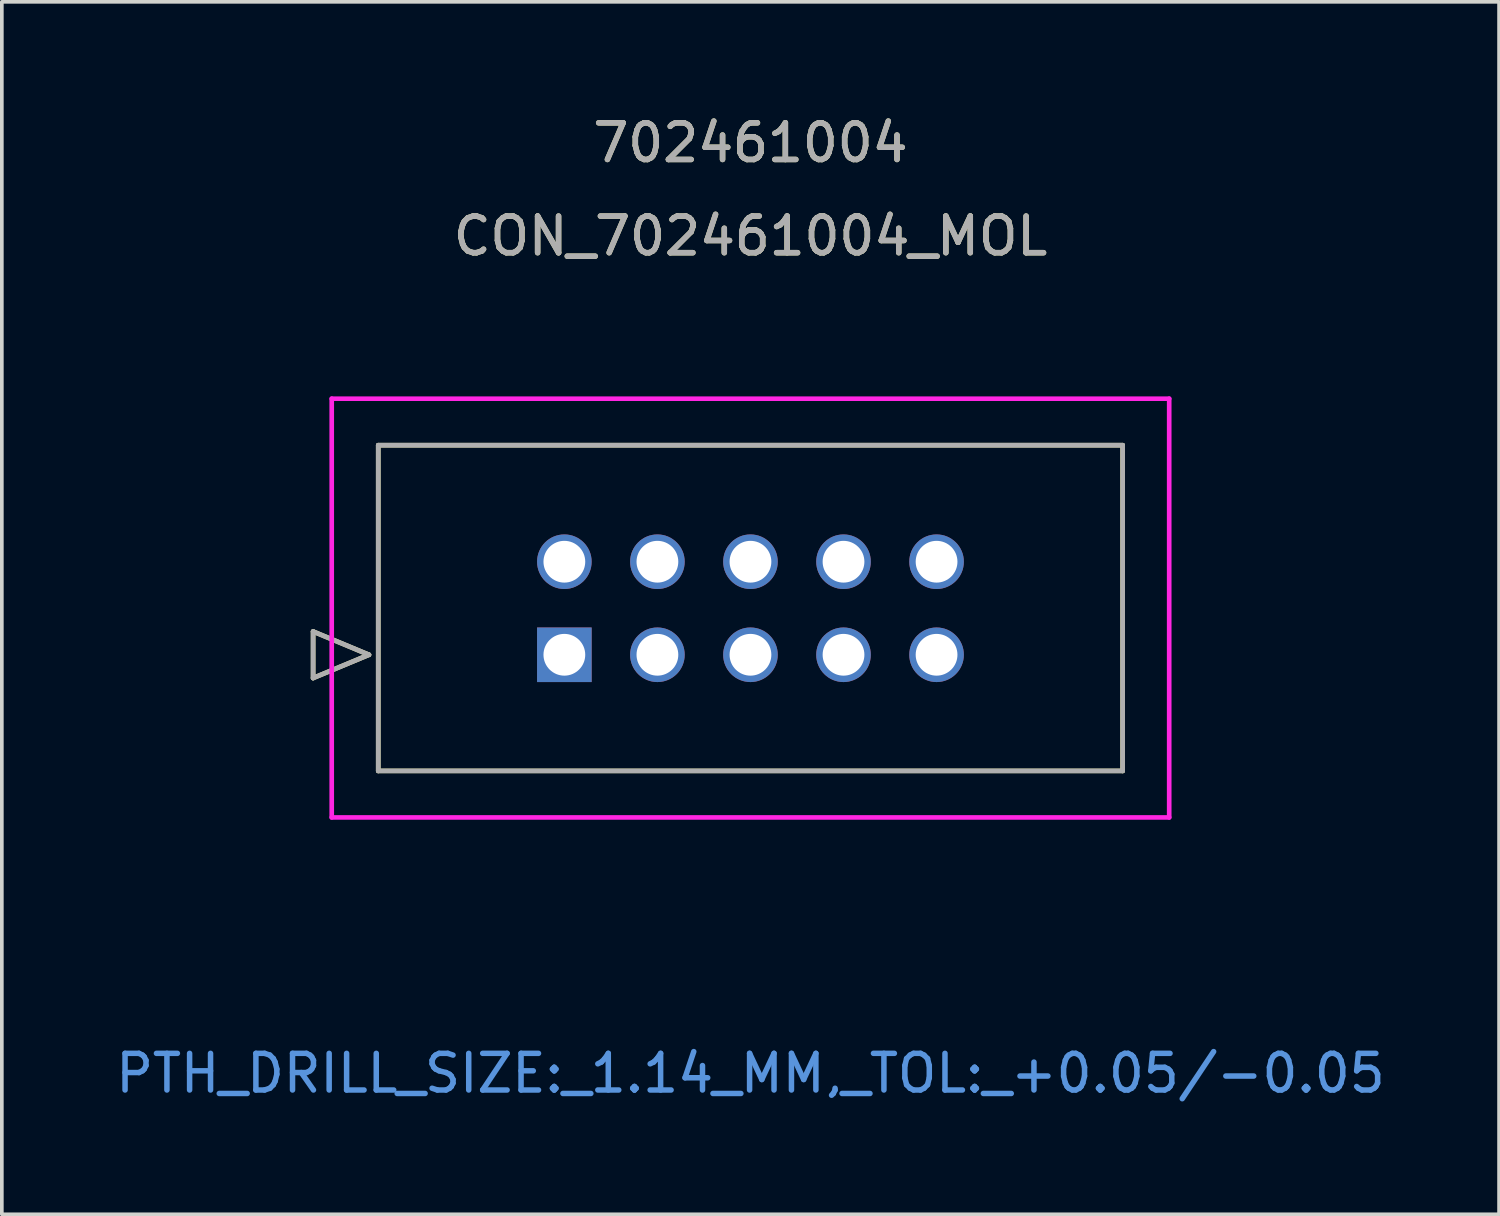
<source format=kicad_pcb>
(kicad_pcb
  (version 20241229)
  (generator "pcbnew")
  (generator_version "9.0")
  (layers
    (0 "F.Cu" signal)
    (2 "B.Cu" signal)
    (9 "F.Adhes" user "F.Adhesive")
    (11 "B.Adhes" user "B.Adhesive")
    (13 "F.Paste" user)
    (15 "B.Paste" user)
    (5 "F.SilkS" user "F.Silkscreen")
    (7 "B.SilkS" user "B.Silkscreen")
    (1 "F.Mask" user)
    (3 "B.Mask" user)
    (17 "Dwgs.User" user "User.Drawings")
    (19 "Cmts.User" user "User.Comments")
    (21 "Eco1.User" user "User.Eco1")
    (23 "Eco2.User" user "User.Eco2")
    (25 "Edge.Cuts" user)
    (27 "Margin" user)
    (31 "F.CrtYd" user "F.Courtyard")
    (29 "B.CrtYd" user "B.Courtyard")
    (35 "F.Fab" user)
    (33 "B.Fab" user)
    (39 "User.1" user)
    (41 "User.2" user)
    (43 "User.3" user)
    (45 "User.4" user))
  (footprint "CON_702461004_MOL"
    (layer "F.Cu")
    (at 12.355 14.823)
    (property "Reference" "CON_702461004_MOL" (at 5.08 -11.43 0) (unlocked yes) (layer "F.SilkS") (effects (font (size 1 1) (thickness 0.15))))
    (attr through_hole)
    (fp_line (start -6.858 -0.635) (end -6.858 0.635) (stroke (width 0.127) (type solid)) (layer "F.SilkS"))
    (fp_line (start -6.858 0.635) (end -5.334 0) (stroke (width 0.127) (type solid)) (layer "F.SilkS"))
    (fp_line (start -5.334 0) (end -6.858 -0.635) (stroke (width 0.127) (type solid)) (layer "F.SilkS"))
    (fp_line (start -5.08 -5.72) (end -5.08 3.17) (stroke (width 0.127) (type solid)) (layer "F.SilkS"))
    (fp_line (start -5.08 3.17) (end 15.24 3.17) (stroke (width 0.127) (type solid)) (layer "F.SilkS"))
    (fp_line (start 15.24 -5.72) (end -5.08 -5.72) (stroke (width 0.127) (type solid)) (layer "F.SilkS"))
    (fp_line (start 15.24 3.17) (end 15.24 -5.72) (stroke (width 0.127) (type solid)) (layer "F.SilkS"))
    (fp_line (start -6.35 -6.99) (end -6.35 4.44) (stroke (width 0.127) (type solid)) (layer "F.CrtYd"))
    (fp_line (start -6.35 4.44) (end 16.51 4.44) (stroke (width 0.127) (type solid)) (layer "F.CrtYd"))
    (fp_line (start 16.51 -6.99) (end -6.35 -6.99) (stroke (width 0.127) (type solid)) (layer "F.CrtYd"))
    (fp_line (start 16.51 4.44) (end 16.51 -6.99) (stroke (width 0.127) (type solid)) (layer "F.CrtYd"))
    (fp_line (start -6.858 -0.635) (end -6.858 0.635) (stroke (width 0.127) (type solid)) (layer "F.Fab"))
    (fp_line (start -6.858 0.635) (end -5.334 0) (stroke (width 0.127) (type solid)) (layer "F.Fab"))
    (fp_line (start -5.334 0) (end -6.858 -0.635) (stroke (width 0.127) (type solid)) (layer "F.Fab"))
    (fp_line (start -5.08 -5.72) (end -5.08 3.17) (stroke (width 0.127) (type solid)) (layer "F.Fab"))
    (fp_line (start -5.08 3.17) (end 15.24 3.17) (stroke (width 0.127) (type solid)) (layer "F.Fab"))
    (fp_line (start 15.24 -5.72) (end -5.08 -5.72) (stroke (width 0.127) (type solid)) (layer "F.Fab"))
    (fp_line (start 15.24 3.17) (end 15.24 -5.72) (stroke (width 0.127) (type solid)) (layer "F.Fab"))
    (fp_text user "702461004" (at 5.08 -13.975 0) (unlocked yes) (layer "F.SilkS") (effects (font (size 1 1) (thickness 0.15))))
    (fp_text user "PTH_DRILL_SIZE:_1.14_MM,_TOL:_+0.05/-0.05" (at 5.08 11.425 0) (unlocked yes) (layer "Cmts.User") (effects (font (size 1 1) (thickness 0.15))))
    (fp_text user "${REFERENCE}" (at 5.08 -11.43 0) (unlocked yes) (layer "F.Fab") (effects (font (size 1 1) (thickness 0.15))))
    (fp_text user "702461004" (at 5.08 -13.975 0) (unlocked yes) (layer "F.Fab") (effects (font (size 1 1) (thickness 0.15))))
    (pad "1" thru_hole rect (at 0 0) (size 1.49 1.49) (drill 1.14) (layers "*.Cu" "*.Mask"))
    (pad "2" thru_hole circle (at 0 -2.54) (size 1.49 1.49) (drill 1.14) (layers "*.Cu" "*.Mask"))
    (pad "3" thru_hole circle (at 2.54 0 90) (size 1.49 1.49) (drill 1.14) (layers "*.Cu" "*.Mask"))
    (pad "4" thru_hole circle (at 2.54 -2.54 90) (size 1.49 1.49) (drill 1.14) (layers "*.Cu" "*.Mask"))
    (pad "5" thru_hole circle (at 5.08 0 90) (size 1.49 1.49) (drill 1.14) (layers "*.Cu" "*.Mask"))
    (pad "6" thru_hole circle (at 5.08 -2.54 90) (size 1.49 1.49) (drill 1.14) (layers "*.Cu" "*.Mask"))
    (pad "7" thru_hole circle (at 7.62 0 90) (size 1.49 1.49) (drill 1.14) (layers "*.Cu" "*.Mask"))
    (pad "8" thru_hole circle (at 7.62 -2.54 90) (size 1.49 1.49) (drill 1.14) (layers "*.Cu" "*.Mask"))
    (pad "9" thru_hole circle (at 10.16 0 90) (size 1.49 1.49) (drill 1.14) (layers "*.Cu" "*.Mask"))
    (pad "10" thru_hole circle (at 10.16 -2.54 90) (size 1.49 1.49) (drill 1.14) (layers "*.Cu" "*.Mask")))
  (gr_rect
    (start -3 -3)
    (end 37.869 30.096)
    (stroke (width 0.1) (type default))
    (fill no)
    (layer "Edge.Cuts")))
</source>
